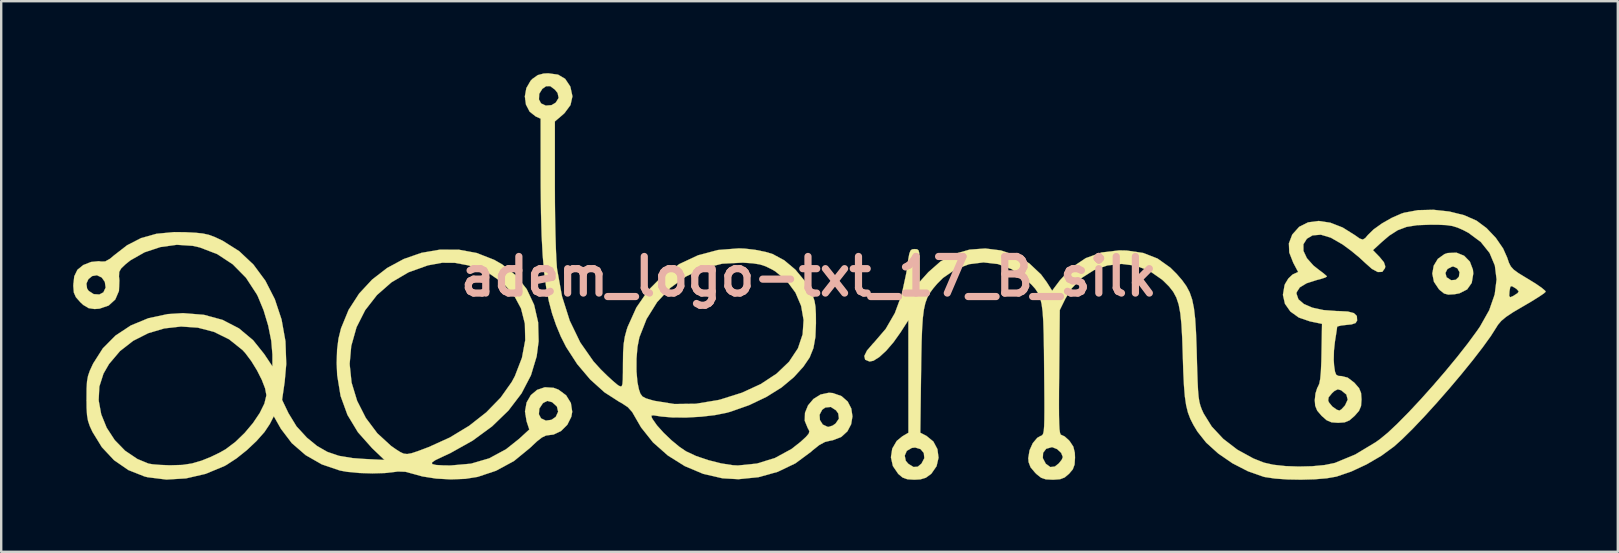
<source format=kicad_pcb>
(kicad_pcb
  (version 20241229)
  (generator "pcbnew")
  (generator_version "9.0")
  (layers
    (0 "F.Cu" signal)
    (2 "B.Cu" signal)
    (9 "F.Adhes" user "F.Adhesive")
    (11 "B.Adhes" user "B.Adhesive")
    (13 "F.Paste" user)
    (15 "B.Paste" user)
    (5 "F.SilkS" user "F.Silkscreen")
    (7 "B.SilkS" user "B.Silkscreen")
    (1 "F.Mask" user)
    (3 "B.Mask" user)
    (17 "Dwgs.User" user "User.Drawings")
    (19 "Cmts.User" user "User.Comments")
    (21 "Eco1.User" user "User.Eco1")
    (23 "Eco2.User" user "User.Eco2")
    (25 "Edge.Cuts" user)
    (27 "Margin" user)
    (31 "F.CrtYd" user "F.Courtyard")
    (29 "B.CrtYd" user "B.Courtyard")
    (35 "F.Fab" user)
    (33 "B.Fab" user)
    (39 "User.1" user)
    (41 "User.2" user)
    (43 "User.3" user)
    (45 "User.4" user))
  (footprint "adem_logo-txt_17_B_silk"
    (layer "B.Cu")
    (at 30.654 8.472)
    (property "Reference" "adem_logo-txt_17_B_silk" (at 0 0 0) (layer "B.SilkS") (effects (font (size 1.524 1.524) (thickness 0.3))))
    (attr through_hole)
    (fp_poly (pts (xy 27.304 -0.866) (xy 27.544 -0.621) (xy 27.672 -0.283) (xy 27.686 -0.119) (xy 27.622 0.265) (xy 27.43 0.538) (xy 27.111 0.7) (xy 26.904 0.739) (xy 26.645 0.754) (xy 26.471 0.709) (xy 26.303 0.576) (xy 26.251 0.525) (xy 26.047 0.22) (xy 25.979 -0.118) (xy 25.985 -0.149) (xy 26.525 -0.149) (xy 26.572 0.026) (xy 26.579 0.035) (xy 26.762 0.154) (xy 26.956 0.138) (xy 27.087 0.012) (xy 27.114 -0.179) (xy 27.024 -0.341) (xy 26.859 -0.416) (xy 26.8 -0.411) (xy 26.611 -0.313) (xy 26.525 -0.149) (xy 25.985 -0.149) (xy 26.037 -0.45) (xy 26.21 -0.736) (xy 26.489 -0.935) (xy 26.62 -0.979) (xy 26.986 -0.994) (xy 27.304 -0.866)) (stroke (width 0.01) (type solid)) (fill yes) (layer "F.SilkS"))
    (fp_poly (pts (xy -10.45 -8.412) (xy -10.156 -8.239) (xy -9.951 -7.934) (xy -9.936 -7.901) (xy -9.851 -7.509) (xy -9.932 -7.145) (xy -10.18 -6.81) (xy -10.254 -6.742) (xy -10.583 -6.461) (xy -10.583 -3.76) (xy -10.58 -3.057) (xy -10.572 -2.373) (xy -10.558 -1.734) (xy -10.541 -1.17) (xy -10.521 -0.708) (xy -10.498 -0.377) (xy -10.489 -0.296) (xy -10.286 0.824) (xy -9.963 1.842) (xy -9.525 2.748) (xy -8.976 3.534) (xy -8.68 3.861) (xy -8.408 4.128) (xy -8.163 4.354) (xy -7.98 4.508) (xy -7.916 4.551) (xy -7.844 4.582) (xy -7.796 4.566) (xy -7.767 4.479) (xy -7.753 4.294) (xy -7.747 3.985) (xy -7.747 3.93) (xy -7.183 3.93) (xy -7.144 4.395) (xy -7.082 4.699) (xy -7.019 4.883) (xy -6.934 4.998) (xy -6.785 5.078) (xy -6.528 5.155) (xy -6.433 5.18) (xy -5.603 5.313) (xy -4.709 5.302) (xy -3.777 5.148) (xy -3.689 5.126) (xy -2.785 4.841) (xy -1.999 4.479) (xy -1.342 4.046) (xy -0.825 3.551) (xy -0.459 2.999) (xy -0.452 2.985) (xy -0.259 2.409) (xy -0.219 1.813) (xy -0.322 1.224) (xy -0.558 0.671) (xy -0.919 0.183) (xy -1.393 -0.211) (xy -1.539 -0.297) (xy -1.795 -0.423) (xy -2.04 -0.503) (xy -2.332 -0.549) (xy -2.731 -0.576) (xy -2.761 -0.577) (xy -3.605 -0.535) (xy -4.399 -0.338) (xy -5.127 0.002) (xy -5.774 0.475) (xy -6.324 1.068) (xy -6.762 1.771) (xy -7.062 2.534) (xy -7.141 2.934) (xy -7.181 3.421) (xy -7.183 3.93) (xy -7.747 3.93) (xy -7.746 3.653) (xy -7.74 3.169) (xy -7.715 2.802) (xy -7.666 2.498) (xy -7.586 2.205) (xy -7.551 2.101) (xy -7.187 1.293) (xy -6.694 0.578) (xy -6.09 -0.031) (xy -5.392 -0.522) (xy -4.618 -0.884) (xy -3.787 -1.105) (xy -2.915 -1.173) (xy -2.676 -1.163) (xy -2.236 -1.112) (xy -1.804 -1.025) (xy -1.511 -0.937) (xy -1.024 -0.675) (xy -0.56 -0.285) (xy -0.163 0.195) (xy 0.056 0.569) (xy 0.167 0.81) (xy 0.237 1.023) (xy 0.276 1.258) (xy 0.293 1.566) (xy 0.296 1.947) (xy 0.273 2.521) (xy 0.192 2.98) (xy 0.033 3.375) (xy -0.227 3.756) (xy -0.607 4.175) (xy -0.633 4.201) (xy -1.138 4.624) (xy -1.771 5.018) (xy -2.491 5.361) (xy -3.258 5.631) (xy -3.429 5.679) (xy -3.912 5.775) (xy -4.488 5.842) (xy -5.096 5.876) (xy -5.675 5.874) (xy -6.164 5.833) (xy -6.248 5.819) (xy -6.471 5.784) (xy -6.56 5.795) (xy -6.549 5.868) (xy -6.51 5.944) (xy -6.33 6.201) (xy -6.053 6.509) (xy -5.725 6.823) (xy -5.389 7.1) (xy -5.117 7.284) (xy -4.701 7.479) (xy -4.191 7.652) (xy -3.657 7.787) (xy -3.166 7.863) (xy -2.954 7.874) (xy -2.164 7.794) (xy -1.41 7.561) (xy -0.723 7.187) (xy -0.344 6.889) (xy -0.12 6.682) (xy -0.005 6.548) (xy 0.021 6.45) (xy -0.023 6.353) (xy -0.043 6.324) (xy -0.172 6.01) (xy -0.163 5.758) (xy 0.447 5.758) (xy 0.462 5.982) (xy 0.581 6.169) (xy 0.781 6.263) (xy 0.825 6.265) (xy 0.991 6.212) (xy 1.115 6.125) (xy 1.254 5.921) (xy 1.225 5.706) (xy 1.13 5.574) (xy 0.914 5.435) (xy 0.686 5.459) (xy 0.556 5.552) (xy 0.447 5.758) (xy -0.163 5.758) (xy -0.161 5.681) (xy -0.033 5.368) (xy 0.191 5.103) (xy 0.486 4.918) (xy 0.831 4.844) (xy 0.997 4.856) (xy 1.36 4.983) (xy 1.618 5.209) (xy 1.769 5.501) (xy 1.817 5.827) (xy 1.763 6.155) (xy 1.607 6.451) (xy 1.351 6.685) (xy 0.996 6.823) (xy 0.918 6.835) (xy 0.672 6.894) (xy 0.436 7.021) (xy 0.157 7.243) (xy 0.085 7.308) (xy -0.559 7.784) (xy -1.297 8.138) (xy -2.1 8.362) (xy -2.935 8.446) (xy -3.598 8.408) (xy -4.401 8.224) (xy -5.169 7.901) (xy -5.876 7.458) (xy -6.492 6.914) (xy -6.99 6.289) (xy -7.19 5.944) (xy -7.362 5.645) (xy -7.543 5.444) (xy -7.794 5.278) (xy -7.896 5.224) (xy -8.515 4.826) (xy -9.11 4.29) (xy -9.653 3.649) (xy -10.115 2.935) (xy -10.335 2.5) (xy -10.531 2.029) (xy -10.697 1.547) (xy -10.833 1.033) (xy -10.943 0.469) (xy -11.028 -0.163) (xy -11.091 -0.883) (xy -11.135 -1.708) (xy -11.161 -2.659) (xy -11.173 -3.754) (xy -11.174 -4.156) (xy -11.176 -6.577) (xy -11.384 -6.671) (xy -11.636 -6.871) (xy -11.788 -7.164) (xy -11.817 -7.378) (xy -11.246 -7.378) (xy -11.159 -7.214) (xy -10.962 -7.122) (xy -10.723 -7.141) (xy -10.547 -7.245) (xy -10.426 -7.443) (xy -10.469 -7.647) (xy -10.583 -7.789) (xy -10.778 -7.934) (xy -10.951 -7.928) (xy -11.106 -7.819) (xy -11.235 -7.612) (xy -11.246 -7.378) (xy -11.817 -7.378) (xy -11.834 -7.506) (xy -11.771 -7.851) (xy -11.595 -8.156) (xy -11.519 -8.234) (xy -11.296 -8.392) (xy -11.049 -8.458) (xy -10.855 -8.467) (xy -10.45 -8.412)) (stroke (width 0.01) (type solid)) (fill yes) (layer "F.SilkS"))
    (fp_poly (pts (xy -25.982 -1.846) (xy -25.56 -1.824) (xy -25.252 -1.792) (xy -25.003 -1.737) (xy -24.757 -1.646) (xy -24.46 -1.507) (xy -24.421 -1.487) (xy -23.738 -1.057) (xy -23.143 -0.497) (xy -22.645 0.177) (xy -22.252 0.946) (xy -21.971 1.792) (xy -21.809 2.697) (xy -21.776 3.645) (xy -21.842 4.389) (xy -21.95 5.139) (xy -21.685 5.693) (xy -21.348 6.245) (xy -20.916 6.715) (xy -20.492 7.062) (xy -20.062 7.308) (xy -19.583 7.471) (xy -19.011 7.566) (xy -18.558 7.6) (xy -17.684 7.643) (xy -18.202 7.149) (xy -18.79 6.488) (xy -19.225 5.768) (xy -19.512 4.978) (xy -19.655 4.105) (xy -19.673 3.648) (xy -19.135 3.648) (xy -19.054 4.42) (xy -18.823 5.179) (xy -18.46 5.894) (xy -17.983 6.531) (xy -17.408 7.059) (xy -17.191 7.21) (xy -17.02 7.317) (xy -16.881 7.381) (xy -16.738 7.397) (xy -16.555 7.364) (xy -16.294 7.278) (xy -15.918 7.136) (xy -15.833 7.104) (xy -14.958 6.707) (xy -14.153 6.219) (xy -13.44 5.659) (xy -12.841 5.044) (xy -12.381 4.395) (xy -12.249 4.149) (xy -11.955 3.387) (xy -11.818 2.655) (xy -11.833 1.965) (xy -11.994 1.33) (xy -12.298 0.763) (xy -12.738 0.275) (xy -13.309 -0.121) (xy -14.006 -0.412) (xy -14.197 -0.466) (xy -14.759 -0.572) (xy -15.283 -0.573) (xy -15.853 -0.469) (xy -15.878 -0.463) (xy -16.68 -0.176) (xy -17.39 0.241) (xy -17.996 0.772) (xy -18.487 1.402) (xy -18.848 2.115) (xy -19.068 2.895) (xy -19.135 3.648) (xy -19.673 3.648) (xy -19.675 3.598) (xy -19.658 3.046) (xy -19.6 2.589) (xy -19.494 2.16) (xy -19.492 2.155) (xy -19.178 1.39) (xy -18.74 0.712) (xy -18.197 0.127) (xy -17.571 -0.356) (xy -16.878 -0.73) (xy -16.14 -0.987) (xy -15.374 -1.119) (xy -14.601 -1.12) (xy -13.84 -0.98) (xy -13.109 -0.694) (xy -12.775 -0.502) (xy -12.199 -0.037) (xy -11.755 0.527) (xy -11.448 1.179) (xy -11.281 1.907) (xy -11.26 2.7) (xy -11.341 3.325) (xy -11.579 4.115) (xy -11.974 4.873) (xy -12.518 5.586) (xy -13.2 6.245) (xy -14.012 6.84) (xy -14.942 7.36) (xy -15.272 7.513) (xy -15.559 7.649) (xy -15.703 7.748) (xy -15.697 7.814) (xy -15.537 7.853) (xy -15.216 7.871) (xy -14.916 7.873) (xy -14.081 7.799) (xy -13.321 7.577) (xy -12.62 7.199) (xy -12.074 6.765) (xy -11.649 6.375) (xy -11.762 6.032) (xy -11.809 5.739) (xy -11.249 5.739) (xy -11.159 5.91) (xy -10.959 6.004) (xy -10.724 5.971) (xy -10.546 5.848) (xy -10.447 5.634) (xy -10.497 5.419) (xy -10.684 5.247) (xy -10.717 5.231) (xy -10.902 5.184) (xy -11.061 5.265) (xy -11.091 5.291) (xy -11.231 5.504) (xy -11.249 5.739) (xy -11.809 5.739) (xy -11.828 5.62) (xy -11.761 5.249) (xy -11.585 4.943) (xy -11.323 4.723) (xy -10.999 4.614) (xy -10.635 4.638) (xy -10.435 4.713) (xy -10.113 4.951) (xy -9.916 5.271) (xy -9.86 5.635) (xy -9.897 5.844) (xy -10.065 6.179) (xy -10.327 6.439) (xy -10.637 6.585) (xy -10.791 6.604) (xy -10.953 6.626) (xy -11.119 6.705) (xy -11.326 6.866) (xy -11.608 7.13) (xy -11.622 7.144) (xy -12.288 7.689) (xy -13.036 8.094) (xy -13.801 8.349) (xy -14.316 8.431) (xy -14.915 8.454) (xy -15.532 8.42) (xy -16.099 8.331) (xy -16.425 8.241) (xy -16.807 8.137) (xy -17.125 8.125) (xy -17.23 8.14) (xy -17.662 8.189) (xy -18.188 8.204) (xy -18.739 8.187) (xy -19.244 8.138) (xy -19.538 8.085) (xy -20.292 7.829) (xy -20.968 7.443) (xy -21.545 6.943) (xy -21.997 6.347) (xy -22.038 6.276) (xy -22.295 5.821) (xy -22.463 6.149) (xy -22.685 6.482) (xy -23.017 6.856) (xy -23.418 7.234) (xy -23.849 7.578) (xy -24.268 7.851) (xy -24.35 7.896) (xy -25.135 8.223) (xy -25.953 8.412) (xy -26.77 8.461) (xy -27.551 8.364) (xy -27.684 8.331) (xy -28.355 8.065) (xy -28.952 7.653) (xy -29.46 7.111) (xy -29.85 6.476) (xy -29.964 6.229) (xy -30.036 6.014) (xy -30.077 5.78) (xy -30.095 5.476) (xy -30.098 5.162) (xy -29.593 5.162) (xy -29.486 5.742) (xy -29.259 6.301) (xy -28.923 6.816) (xy -28.491 7.259) (xy -27.977 7.605) (xy -27.517 7.795) (xy -27.335 7.826) (xy -27.039 7.85) (xy -26.685 7.864) (xy -26.585 7.865) (xy -26.106 7.851) (xy -25.706 7.79) (xy -25.302 7.672) (xy -25.292 7.668) (xy -24.923 7.519) (xy -24.548 7.338) (xy -24.298 7.196) (xy -23.895 6.891) (xy -23.508 6.517) (xy -23.161 6.104) (xy -22.88 5.686) (xy -22.687 5.295) (xy -22.607 4.964) (xy -22.606 4.932) (xy -22.657 4.662) (xy -22.794 4.307) (xy -22.993 3.914) (xy -23.23 3.527) (xy -23.481 3.192) (xy -23.6 3.062) (xy -24.159 2.616) (xy -24.787 2.307) (xy -25.462 2.131) (xy -26.16 2.084) (xy -26.857 2.163) (xy -27.529 2.362) (xy -28.153 2.678) (xy -28.704 3.107) (xy -29.16 3.645) (xy -29.391 4.044) (xy -29.565 4.588) (xy -29.593 5.162) (xy -30.098 5.162) (xy -30.098 5.079) (xy -30.095 4.667) (xy -30.078 4.372) (xy -30.036 4.142) (xy -29.961 3.925) (xy -29.842 3.667) (xy -29.822 3.625) (xy -29.419 2.993) (xy -28.891 2.461) (xy -28.253 2.04) (xy -27.523 1.738) (xy -26.717 1.566) (xy -26.077 1.526) (xy -25.208 1.596) (xy -24.432 1.807) (xy -23.748 2.16) (xy -23.157 2.654) (xy -22.698 3.227) (xy -22.352 3.745) (xy -22.353 3.248) (xy -22.4 2.683) (xy -22.528 2.046) (xy -22.72 1.407) (xy -22.958 0.831) (xy -23.006 0.737) (xy -23.455 0.05) (xy -24.006 -0.509) (xy -24.651 -0.933) (xy -25.376 -1.211) (xy -25.67 -1.278) (xy -26.336 -1.322) (xy -27.022 -1.227) (xy -27.682 -1.008) (xy -28.268 -0.675) (xy -28.468 -0.516) (xy -28.654 -0.339) (xy -28.737 -0.192) (xy -28.746 0.001) (xy -28.73 0.159) (xy -28.747 0.601) (xy -28.9 0.957) (xy -29.176 1.209) (xy -29.559 1.34) (xy -29.765 1.355) (xy -30.012 1.318) (xy -30.234 1.185) (xy -30.361 1.067) (xy -30.542 0.861) (xy -30.627 0.667) (xy -30.649 0.4) (xy -30.649 0.359) (xy -30.642 0.294) (xy -30.103 0.294) (xy -30.076 0.499) (xy -30.009 0.599) (xy -29.799 0.734) (xy -29.564 0.749) (xy -29.396 0.66) (xy -29.302 0.46) (xy -29.336 0.224) (xy -29.464 0.042) (xy -29.665 -0.053) (xy -29.862 -0.019) (xy -30.02 0.109) (xy -30.103 0.294) (xy -30.642 0.294) (xy -30.61 -0.009) (xy -30.482 -0.274) (xy -30.476 -0.282) (xy -30.234 -0.478) (xy -29.91 -0.606) (xy -29.584 -0.639) (xy -29.49 -0.623) (xy -29.321 -0.628) (xy -29.123 -0.738) (xy -28.966 -0.87) (xy -28.41 -1.301) (xy -27.826 -1.601) (xy -27.182 -1.781) (xy -26.447 -1.851) (xy -25.982 -1.846)) (stroke (width 0.01) (type solid)) (fill yes) (layer "F.SilkS"))
    (fp_poly (pts (xy 26.689 -2.708) (xy 27.305 -2.555) (xy 27.823 -2.327) (xy 27.823 -2.327) (xy 28.24 -2.016) (xy 28.624 -1.612) (xy 28.93 -1.167) (xy 29.098 -0.791) (xy 29.171 -0.576) (xy 29.251 -0.419) (xy 29.371 -0.286) (xy 29.561 -0.146) (xy 29.855 0.034) (xy 29.987 0.113) (xy 30.295 0.303) (xy 30.535 0.469) (xy 30.678 0.59) (xy 30.704 0.635) (xy 30.625 0.707) (xy 30.426 0.842) (xy 30.138 1.022) (xy 29.79 1.227) (xy 29.765 1.241) (xy 29.348 1.486) (xy 29.054 1.681) (xy 28.853 1.849) (xy 28.715 2.012) (xy 28.658 2.103) (xy 28.419 2.479) (xy 28.08 2.949) (xy 27.664 3.488) (xy 27.191 4.071) (xy 26.682 4.674) (xy 26.159 5.271) (xy 25.644 5.838) (xy 25.157 6.35) (xy 24.72 6.781) (xy 24.384 7.083) (xy 23.855 7.47) (xy 23.239 7.829) (xy 22.6 8.127) (xy 22.003 8.331) (xy 21.974 8.339) (xy 21.578 8.408) (xy 21.071 8.45) (xy 20.508 8.466) (xy 19.94 8.456) (xy 19.422 8.419) (xy 19.007 8.357) (xy 18.94 8.341) (xy 18.293 8.113) (xy 17.652 7.783) (xy 17.06 7.376) (xy 16.557 6.922) (xy 16.194 6.465) (xy 16.026 6.187) (xy 15.895 5.929) (xy 15.795 5.663) (xy 15.721 5.361) (xy 15.668 4.997) (xy 15.631 4.544) (xy 15.603 3.975) (xy 15.582 3.302) (xy 15.558 2.576) (xy 15.526 1.994) (xy 15.479 1.534) (xy 15.411 1.17) (xy 15.314 0.878) (xy 15.183 0.635) (xy 15.011 0.416) (xy 14.79 0.196) (xy 14.718 0.13) (xy 14.197 -0.233) (xy 13.627 -0.45) (xy 13.034 -0.525) (xy 12.444 -0.462) (xy 11.883 -0.267) (xy 11.376 0.054) (xy 10.949 0.498) (xy 10.693 0.916) (xy 10.456 1.397) (xy 10.431 4) (xy 10.424 4.743) (xy 10.422 5.332) (xy 10.424 5.786) (xy 10.431 6.121) (xy 10.443 6.353) (xy 10.463 6.5) (xy 10.489 6.578) (xy 10.523 6.604) (xy 10.529 6.604) (xy 10.659 6.664) (xy 10.828 6.815) (xy 10.872 6.864) (xy 11.02 7.089) (xy 11.083 7.346) (xy 11.091 7.548) (xy 11.073 7.836) (xy 10.998 8.035) (xy 10.844 8.219) (xy 10.661 8.373) (xy 10.468 8.447) (xy 10.19 8.467) (xy 10.158 8.467) (xy 9.874 8.452) (xy 9.678 8.385) (xy 9.49 8.236) (xy 9.432 8.179) (xy 9.239 7.95) (xy 9.156 7.732) (xy 9.144 7.566) (xy 9.749 7.566) (xy 9.87 7.796) (xy 9.877 7.804) (xy 10.064 7.94) (xy 10.252 7.917) (xy 10.414 7.789) (xy 10.539 7.632) (xy 10.583 7.521) (xy 10.513 7.348) (xy 10.346 7.193) (xy 10.149 7.114) (xy 10.121 7.112) (xy 9.891 7.178) (xy 9.762 7.344) (xy 9.749 7.566) (xy 9.144 7.566) (xy 9.144 7.565) (xy 9.196 7.243) (xy 9.331 6.943) (xy 9.518 6.722) (xy 9.65 6.647) (xy 9.7 6.628) (xy 9.739 6.594) (xy 9.769 6.528) (xy 9.791 6.412) (xy 9.805 6.228) (xy 9.813 5.959) (xy 9.816 5.587) (xy 9.815 5.095) (xy 9.81 4.464) (xy 9.804 3.866) (xy 9.797 3.063) (xy 9.786 2.41) (xy 9.769 1.886) (xy 9.742 1.471) (xy 9.699 1.146) (xy 9.636 0.891) (xy 9.549 0.686) (xy 9.434 0.511) (xy 9.286 0.346) (xy 9.1 0.172) (xy 8.969 0.054) (xy 8.45 -0.307) (xy 7.877 -0.52) (xy 7.278 -0.588) (xy 6.678 -0.513) (xy 6.106 -0.296) (xy 5.588 0.06) (xy 5.351 0.297) (xy 5.182 0.496) (xy 5.045 0.683) (xy 4.937 0.879) (xy 4.855 1.104) (xy 4.794 1.379) (xy 4.75 1.725) (xy 4.72 2.163) (xy 4.699 2.713) (xy 4.685 3.396) (xy 4.677 3.995) (xy 4.644 6.508) (xy 4.903 6.642) (xy 5.189 6.876) (xy 5.358 7.193) (xy 5.404 7.55) (xy 5.322 7.903) (xy 5.109 8.211) (xy 5.084 8.234) (xy 4.875 8.385) (xy 4.648 8.453) (xy 4.395 8.467) (xy 4.106 8.449) (xy 3.907 8.377) (xy 3.725 8.225) (xy 3.502 7.898) (xy 3.42 7.533) (xy 3.431 7.462) (xy 3.995 7.462) (xy 4.039 7.679) (xy 4.145 7.804) (xy 4.362 7.937) (xy 4.537 7.926) (xy 4.693 7.796) (xy 4.812 7.569) (xy 4.79 7.354) (xy 4.654 7.192) (xy 4.43 7.126) (xy 4.29 7.143) (xy 4.082 7.265) (xy 3.995 7.462) (xy 3.431 7.462) (xy 3.475 7.171) (xy 3.661 6.852) (xy 3.896 6.659) (xy 4.149 6.51) (xy 4.148 4.165) (xy 4.147 1.82) (xy 3.82 2.328) (xy 3.527 2.74) (xy 3.226 3.089) (xy 2.94 3.353) (xy 2.692 3.51) (xy 2.529 3.542) (xy 2.346 3.466) (xy 2.311 3.312) (xy 2.422 3.085) (xy 2.678 2.788) (xy 2.714 2.753) (xy 3.203 2.183) (xy 3.584 1.524) (xy 3.867 0.758) (xy 4.059 -0.136) (xy 4.09 -0.344) (xy 4.142 -0.715) (xy 4.186 -0.948) (xy 4.234 -1.077) (xy 4.299 -1.131) (xy 4.394 -1.143) (xy 4.405 -1.143) (xy 4.509 -1.136) (xy 4.571 -1.09) (xy 4.602 -0.973) (xy 4.613 -0.749) (xy 4.614 -0.459) (xy 4.614 0.226) (xy 4.98 -0.181) (xy 5.489 -0.629) (xy 6.071 -0.941) (xy 6.701 -1.121) (xy 7.353 -1.168) (xy 8.002 -1.087) (xy 8.622 -0.878) (xy 9.188 -0.545) (xy 9.674 -0.088) (xy 9.91 0.232) (xy 10.138 0.591) (xy 10.466 0.154) (xy 10.963 -0.381) (xy 11.539 -0.766) (xy 12.194 -1.002) (xy 12.931 -1.089) (xy 13.243 -1.083) (xy 13.934 -0.981) (xy 14.531 -0.748) (xy 15.063 -0.37) (xy 15.326 -0.109) (xy 15.552 0.152) (xy 15.731 0.4) (xy 15.869 0.661) (xy 15.972 0.959) (xy 16.046 1.32) (xy 16.098 1.767) (xy 16.133 2.327) (xy 16.159 3.023) (xy 16.165 3.26) (xy 16.182 3.886) (xy 16.199 4.369) (xy 16.217 4.734) (xy 16.24 5.007) (xy 16.272 5.214) (xy 16.315 5.381) (xy 16.371 5.533) (xy 16.445 5.697) (xy 16.445 5.699) (xy 16.787 6.25) (xy 17.267 6.764) (xy 17.857 7.217) (xy 18.526 7.583) (xy 18.965 7.756) (xy 19.355 7.844) (xy 19.856 7.899) (xy 20.416 7.919) (xy 20.979 7.905) (xy 21.493 7.856) (xy 21.903 7.772) (xy 21.929 7.764) (xy 22.768 7.417) (xy 23.622 6.903) (xy 23.798 6.777) (xy 24.125 6.508) (xy 24.53 6.126) (xy 24.995 5.655) (xy 25.497 5.118) (xy 26.015 4.539) (xy 26.53 3.941) (xy 27.02 3.347) (xy 27.464 2.781) (xy 27.841 2.267) (xy 27.967 2.084) (xy 28.35 1.404) (xy 28.559 0.805) (xy 29.183 0.805) (xy 29.223 0.864) (xy 29.346 0.814) (xy 29.533 0.693) (xy 29.58 0.617) (xy 29.488 0.519) (xy 29.436 0.483) (xy 29.294 0.4) (xy 29.23 0.427) (xy 29.199 0.591) (xy 29.194 0.632) (xy 29.183 0.805) (xy 28.559 0.805) (xy 28.579 0.746) (xy 28.657 0.122) (xy 28.585 -0.458) (xy 28.365 -0.982) (xy 27.999 -1.439) (xy 27.489 -1.818) (xy 27.263 -1.937) (xy 27.027 -2.04) (xy 26.808 -2.106) (xy 26.557 -2.142) (xy 26.223 -2.157) (xy 25.908 -2.159) (xy 25.349 -2.139) (xy 24.907 -2.068) (xy 24.535 -1.928) (xy 24.184 -1.702) (xy 23.873 -1.437) (xy 23.506 -1.098) (xy 23.784 -0.812) (xy 23.963 -0.594) (xy 24.019 -0.426) (xy 24.006 -0.347) (xy 23.894 -0.194) (xy 23.709 -0.186) (xy 23.46 -0.32) (xy 23.195 -0.555) (xy 22.931 -0.799) (xy 22.595 -1.075) (xy 22.255 -1.326) (xy 22.237 -1.338) (xy 21.751 -1.618) (xy 21.334 -1.743) (xy 20.987 -1.714) (xy 20.752 -1.574) (xy 20.608 -1.344) (xy 20.61 -1.067) (xy 20.752 -0.765) (xy 21.024 -0.459) (xy 21.241 -0.287) (xy 21.44 -0.138) (xy 21.566 -0.03) (xy 21.588 0.001) (xy 21.515 0.044) (xy 21.325 0.105) (xy 21.172 0.144) (xy 20.743 0.281) (xy 20.458 0.453) (xy 20.328 0.652) (xy 20.32 0.716) (xy 20.4 0.948) (xy 20.628 1.145) (xy 20.982 1.298) (xy 21.444 1.398) (xy 21.994 1.439) (xy 22.059 1.439) (xy 22.459 1.459) (xy 22.712 1.525) (xy 22.835 1.646) (xy 22.846 1.831) (xy 22.845 1.837) (xy 22.782 1.939) (xy 22.615 1.995) (xy 22.415 2.015) (xy 22.18 2.042) (xy 22.035 2.079) (xy 22.013 2.1) (xy 22 2.208) (xy 21.966 2.433) (xy 21.922 2.709) (xy 21.881 3.085) (xy 21.872 3.475) (xy 21.886 3.704) (xy 21.924 3.962) (xy 21.975 4.094) (xy 22.069 4.142) (xy 22.197 4.149) (xy 22.454 4.214) (xy 22.726 4.421) (xy 22.741 4.437) (xy 22.926 4.65) (xy 23.01 4.852) (xy 23.029 5.122) (xy 23.009 5.398) (xy 22.923 5.6) (xy 22.741 5.808) (xy 22.528 5.993) (xy 22.326 6.077) (xy 22.056 6.096) (xy 21.78 6.076) (xy 21.578 5.99) (xy 21.37 5.808) (xy 21.183 5.59) (xy 21.099 5.383) (xy 21.083 5.166) (xy 21.64 5.166) (xy 21.672 5.245) (xy 21.815 5.42) (xy 22.002 5.552) (xy 22.113 5.585) (xy 22.199 5.527) (xy 22.332 5.383) (xy 22.344 5.367) (xy 22.454 5.13) (xy 22.398 4.918) (xy 22.18 4.74) (xy 22.04 4.701) (xy 21.899 4.771) (xy 21.798 4.864) (xy 21.659 5.033) (xy 21.64 5.166) (xy 21.083 5.166) (xy 21.082 5.15) (xy 21.111 4.873) (xy 21.185 4.64) (xy 21.212 4.594) (xy 21.268 4.471) (xy 21.308 4.27) (xy 21.336 3.964) (xy 21.355 3.531) (xy 21.362 3.191) (xy 21.383 1.973) (xy 20.879 1.869) (xy 20.416 1.71) (xy 20.065 1.459) (xy 19.839 1.137) (xy 19.754 0.765) (xy 19.822 0.363) (xy 19.843 0.31) (xy 19.98 0.083) (xy 20.15 -0.078) (xy 20.181 -0.095) (xy 20.389 -0.189) (xy 20.185 -0.573) (xy 20.018 -1) (xy 20.003 -1.381) (xy 20.14 -1.74) (xy 20.147 -1.753) (xy 20.431 -2.07) (xy 20.803 -2.257) (xy 21.243 -2.315) (xy 21.731 -2.242) (xy 22.246 -2.041) (xy 22.749 -1.726) (xy 22.955 -1.581) (xy 23.083 -1.54) (xy 23.188 -1.603) (xy 23.292 -1.727) (xy 23.535 -1.964) (xy 23.885 -2.214) (xy 24.286 -2.443) (xy 24.683 -2.618) (xy 24.802 -2.657) (xy 25.381 -2.765) (xy 26.029 -2.78) (xy 26.689 -2.708)) (stroke (width 0.01) (type solid)) (fill yes) (layer "F.SilkS")))
  (gr_rect
    (start -3 -3)
    (end 64.363 19.943)
    (stroke (width 0.1) (type default))
    (fill no)
    (layer "Edge.Cuts")))
</source>
